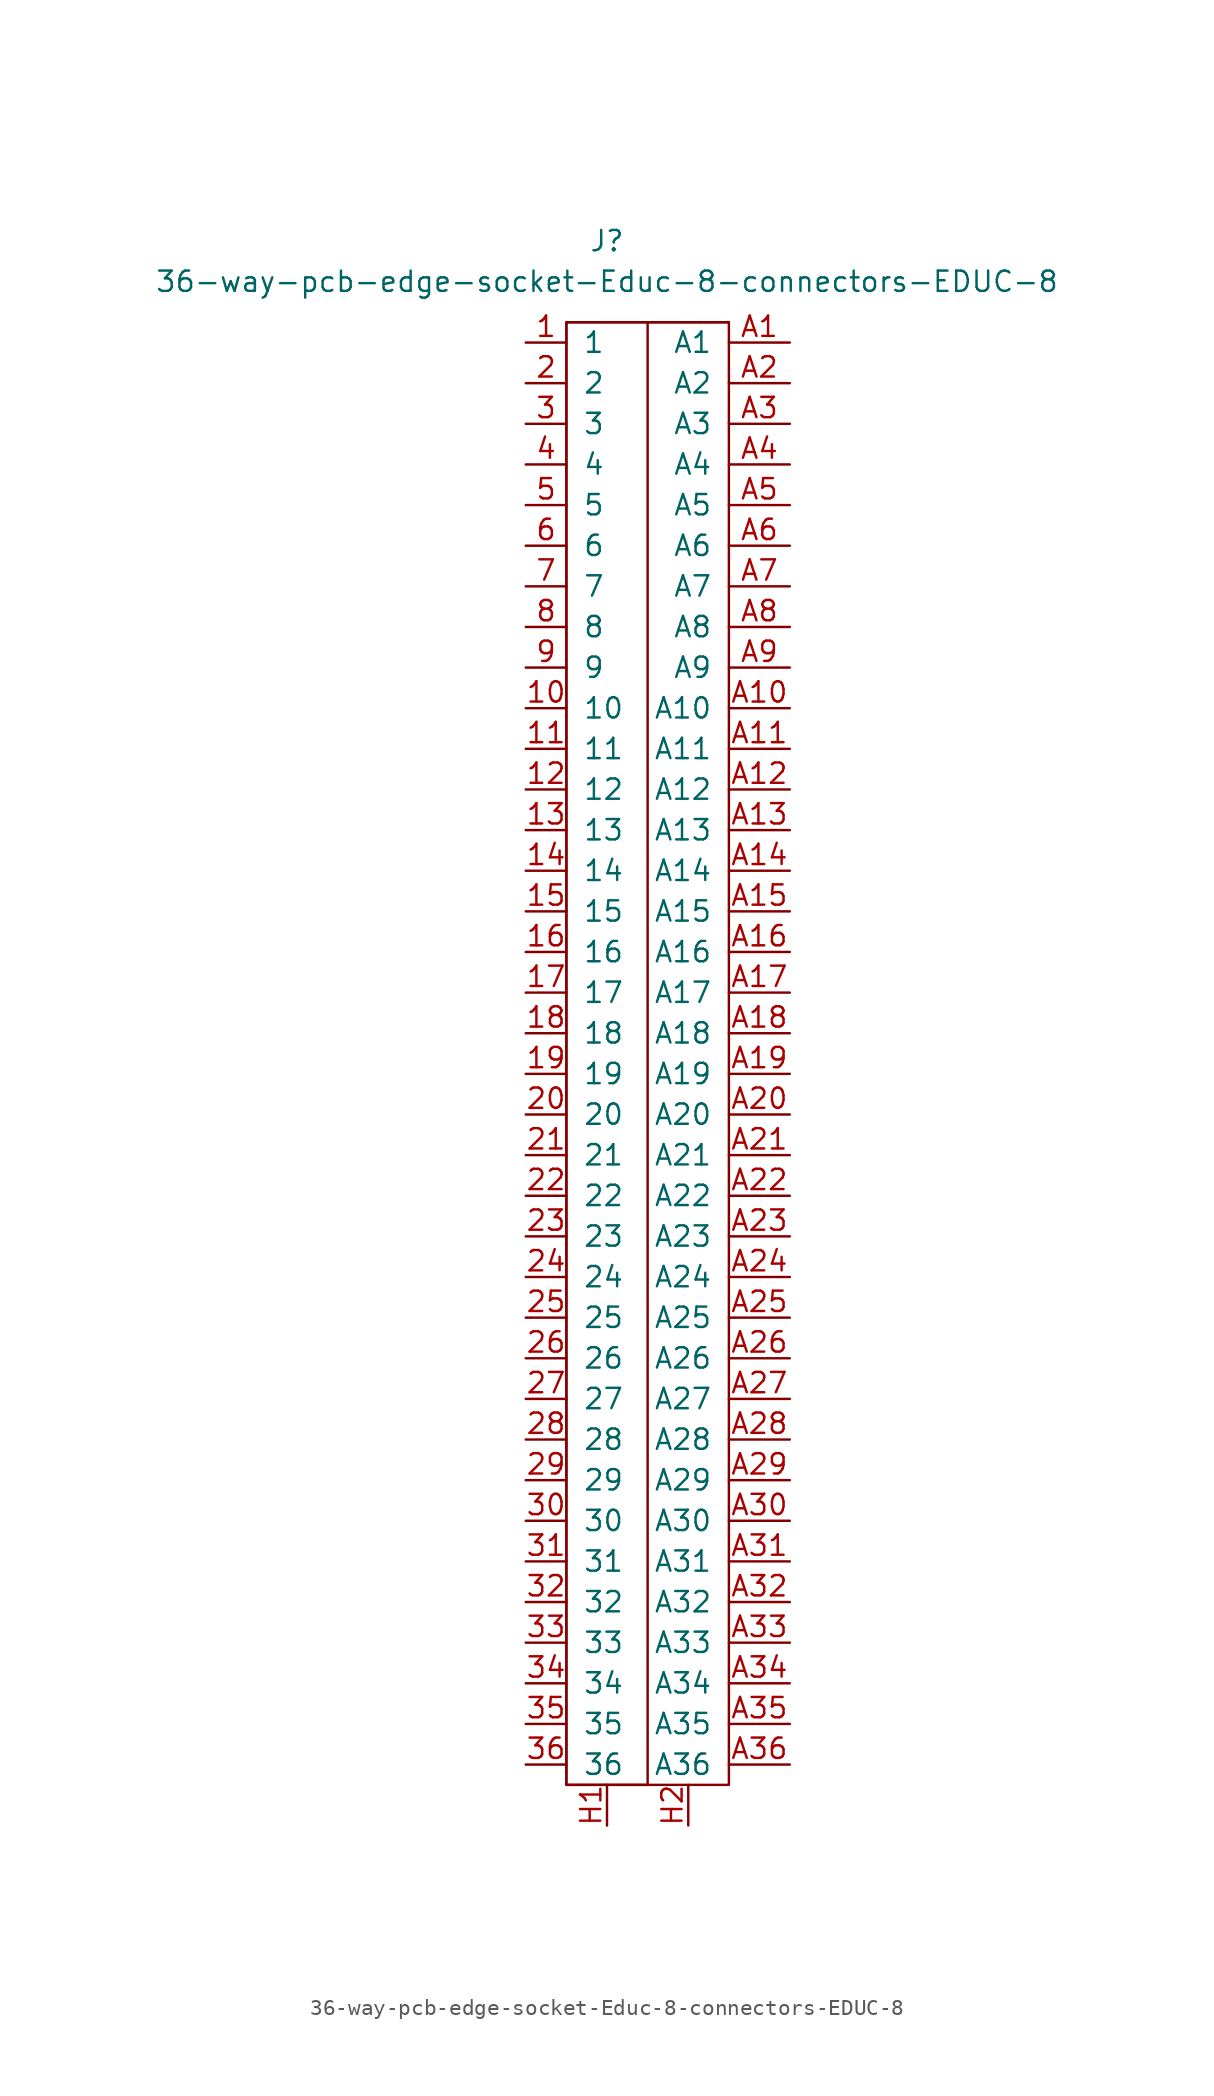
<source format=kicad_sym>
(kicad_symbol_lib
  (version 20211014)
  (generator kicad_symbol_editor)
  (symbol "36-way-pcb-edge-socket-Educ-8-connectors-EDUC-8"
    (pin_names
      (offset 1.016))
    (property "Reference" "J"
      (at 2.54 50.8 0)
      (effects (font (size 1.27 1.27))))
    (property "Value" "36-way-pcb-edge-socket-Educ-8-connectors-EDUC-8"
      (at 2.54 48.26 0)
      (effects (font (size 1.27 1.27))))
    (symbol "36-way-pcb-edge-socket-Educ-8-connectors-EDUC-8_0_1"
      (rectangle (start 0 45.72) (end 5.08 -45.72) (stroke (width 0) (type default) (color 0 0 0 0)) (fill (type none)))
      (rectangle (start 5.08 45.72) (end 10.16 45.72) (stroke (width 0) (type default) (color 0 0 0 0)) (fill (type none)))
      (rectangle (start 10.16 45.72) (end 0 -45.72) (stroke (width 0) (type default) (color 0 0 0 0)) (fill (type none))))
    (symbol "36-way-pcb-edge-socket-Educ-8-connectors-EDUC-8_1_1"
      (pin input line (at -2.54 44.45 0) (length 2.54) (name "1" (effects (font (size 1.27 1.27)))) (number "1" (effects (font (size 1.27 1.27)))))
      (pin input line (at -2.54 21.59 0) (length 2.54) (name "10" (effects (font (size 1.27 1.27)))) (number "10" (effects (font (size 1.27 1.27)))))
      (pin input line (at -2.54 19.05 0) (length 2.54) (name "11" (effects (font (size 1.27 1.27)))) (number "11" (effects (font (size 1.27 1.27)))))
      (pin input line (at -2.54 16.51 0) (length 2.54) (name "12" (effects (font (size 1.27 1.27)))) (number "12" (effects (font (size 1.27 1.27)))))
      (pin input line (at -2.54 13.97 0) (length 2.54) (name "13" (effects (font (size 1.27 1.27)))) (number "13" (effects (font (size 1.27 1.27)))))
      (pin input line (at -2.54 11.43 0) (length 2.54) (name "14" (effects (font (size 1.27 1.27)))) (number "14" (effects (font (size 1.27 1.27)))))
      (pin input line (at -2.54 8.89 0) (length 2.54) (name "15" (effects (font (size 1.27 1.27)))) (number "15" (effects (font (size 1.27 1.27)))))
      (pin input line (at -2.54 6.35 0) (length 2.54) (name "16" (effects (font (size 1.27 1.27)))) (number "16" (effects (font (size 1.27 1.27)))))
      (pin input line (at -2.54 3.81 0) (length 2.54) (name "17" (effects (font (size 1.27 1.27)))) (number "17" (effects (font (size 1.27 1.27)))))
      (pin input line (at -2.54 1.27 0) (length 2.54) (name "18" (effects (font (size 1.27 1.27)))) (number "18" (effects (font (size 1.27 1.27)))))
      (pin input line (at -2.54 -1.27 0) (length 2.54) (name "19" (effects (font (size 1.27 1.27)))) (number "19" (effects (font (size 1.27 1.27)))))
      (pin input line (at -2.54 41.91 0) (length 2.54) (name "2" (effects (font (size 1.27 1.27)))) (number "2" (effects (font (size 1.27 1.27)))))
      (pin input line (at -2.54 -3.81 0) (length 2.54) (name "20" (effects (font (size 1.27 1.27)))) (number "20" (effects (font (size 1.27 1.27)))))
      (pin input line (at -2.54 -6.35 0) (length 2.54) (name "21" (effects (font (size 1.27 1.27)))) (number "21" (effects (font (size 1.27 1.27)))))
      (pin input line (at -2.54 -8.89 0) (length 2.54) (name "22" (effects (font (size 1.27 1.27)))) (number "22" (effects (font (size 1.27 1.27)))))
      (pin input line (at -2.54 -11.43 0) (length 2.54) (name "23" (effects (font (size 1.27 1.27)))) (number "23" (effects (font (size 1.27 1.27)))))
      (pin input line (at -2.54 -13.97 0) (length 2.54) (name "24" (effects (font (size 1.27 1.27)))) (number "24" (effects (font (size 1.27 1.27)))))
      (pin input line (at -2.54 -16.51 0) (length 2.54) (name "25" (effects (font (size 1.27 1.27)))) (number "25" (effects (font (size 1.27 1.27)))))
      (pin input line (at -2.54 -19.05 0) (length 2.54) (name "26" (effects (font (size 1.27 1.27)))) (number "26" (effects (font (size 1.27 1.27)))))
      (pin input line (at -2.54 -21.59 0) (length 2.54) (name "27" (effects (font (size 1.27 1.27)))) (number "27" (effects (font (size 1.27 1.27)))))
      (pin input line (at -2.54 -24.13 0) (length 2.54) (name "28" (effects (font (size 1.27 1.27)))) (number "28" (effects (font (size 1.27 1.27)))))
      (pin input line (at -2.54 -26.67 0) (length 2.54) (name "29" (effects (font (size 1.27 1.27)))) (number "29" (effects (font (size 1.27 1.27)))))
      (pin input line (at -2.54 39.37 0) (length 2.54) (name "3" (effects (font (size 1.27 1.27)))) (number "3" (effects (font (size 1.27 1.27)))))
      (pin input line (at -2.54 -29.21 0) (length 2.54) (name "30" (effects (font (size 1.27 1.27)))) (number "30" (effects (font (size 1.27 1.27)))))
      (pin input line (at -2.54 -31.75 0) (length 2.54) (name "31" (effects (font (size 1.27 1.27)))) (number "31" (effects (font (size 1.27 1.27)))))
      (pin input line (at -2.54 -34.29 0) (length 2.54) (name "32" (effects (font (size 1.27 1.27)))) (number "32" (effects (font (size 1.27 1.27)))))
      (pin input line (at -2.54 -36.83 0) (length 2.54) (name "33" (effects (font (size 1.27 1.27)))) (number "33" (effects (font (size 1.27 1.27)))))
      (pin input line (at -2.54 -39.37 0) (length 2.54) (name "34" (effects (font (size 1.27 1.27)))) (number "34" (effects (font (size 1.27 1.27)))))
      (pin input line (at -2.54 -41.91 0) (length 2.54) (name "35" (effects (font (size 1.27 1.27)))) (number "35" (effects (font (size 1.27 1.27)))))
      (pin input line (at -2.54 -44.45 0) (length 2.54) (name "36" (effects (font (size 1.27 1.27)))) (number "36" (effects (font (size 1.27 1.27)))))
      (pin input line (at -2.54 36.83 0) (length 2.54) (name "4" (effects (font (size 1.27 1.27)))) (number "4" (effects (font (size 1.27 1.27)))))
      (pin input line (at -2.54 34.29 0) (length 2.54) (name "5" (effects (font (size 1.27 1.27)))) (number "5" (effects (font (size 1.27 1.27)))))
      (pin input line (at -2.54 31.75 0) (length 2.54) (name "6" (effects (font (size 1.27 1.27)))) (number "6" (effects (font (size 1.27 1.27)))))
      (pin input line (at -2.54 29.21 0) (length 2.54) (name "7" (effects (font (size 1.27 1.27)))) (number "7" (effects (font (size 1.27 1.27)))))
      (pin input line (at -2.54 26.67 0) (length 2.54) (name "8" (effects (font (size 1.27 1.27)))) (number "8" (effects (font (size 1.27 1.27)))))
      (pin input line (at -2.54 24.13 0) (length 2.54) (name "9" (effects (font (size 1.27 1.27)))) (number "9" (effects (font (size 1.27 1.27)))))
      (pin input line (at 13.97 44.45 180) (length 3.81) (name "A1" (effects (font (size 1.27 1.27)))) (number "A1" (effects (font (size 1.27 1.27)))))
      (pin input line (at 13.97 21.59 180) (length 3.81) (name "A10" (effects (font (size 1.27 1.27)))) (number "A10" (effects (font (size 1.27 1.27)))))
      (pin input line (at 13.97 19.05 180) (length 3.81) (name "A11" (effects (font (size 1.27 1.27)))) (number "A11" (effects (font (size 1.27 1.27)))))
      (pin input line (at 13.97 16.51 180) (length 3.81) (name "A12" (effects (font (size 1.27 1.27)))) (number "A12" (effects (font (size 1.27 1.27)))))
      (pin input line (at 13.97 13.97 180) (length 3.81) (name "A13" (effects (font (size 1.27 1.27)))) (number "A13" (effects (font (size 1.27 1.27)))))
      (pin input line (at 13.97 11.43 180) (length 3.81) (name "A14" (effects (font (size 1.27 1.27)))) (number "A14" (effects (font (size 1.27 1.27)))))
      (pin input line (at 13.97 8.89 180) (length 3.81) (name "A15" (effects (font (size 1.27 1.27)))) (number "A15" (effects (font (size 1.27 1.27)))))
      (pin input line (at 13.97 6.35 180) (length 3.81) (name "A16" (effects (font (size 1.27 1.27)))) (number "A16" (effects (font (size 1.27 1.27)))))
      (pin input line (at 13.97 3.81 180) (length 3.81) (name "A17" (effects (font (size 1.27 1.27)))) (number "A17" (effects (font (size 1.27 1.27)))))
      (pin input line (at 13.97 1.27 180) (length 3.81) (name "A18" (effects (font (size 1.27 1.27)))) (number "A18" (effects (font (size 1.27 1.27)))))
      (pin input line (at 13.97 -1.27 180) (length 3.81) (name "A19" (effects (font (size 1.27 1.27)))) (number "A19" (effects (font (size 1.27 1.27)))))
      (pin input line (at 13.97 41.91 180) (length 3.81) (name "A2" (effects (font (size 1.27 1.27)))) (number "A2" (effects (font (size 1.27 1.27)))))
      (pin input line (at 13.97 -3.81 180) (length 3.81) (name "A20" (effects (font (size 1.27 1.27)))) (number "A20" (effects (font (size 1.27 1.27)))))
      (pin input line (at 13.97 -6.35 180) (length 3.81) (name "A21" (effects (font (size 1.27 1.27)))) (number "A21" (effects (font (size 1.27 1.27)))))
      (pin input line (at 13.97 -8.89 180) (length 3.81) (name "A22" (effects (font (size 1.27 1.27)))) (number "A22" (effects (font (size 1.27 1.27)))))
      (pin input line (at 13.97 -11.43 180) (length 3.81) (name "A23" (effects (font (size 1.27 1.27)))) (number "A23" (effects (font (size 1.27 1.27)))))
      (pin input line (at 13.97 -13.97 180) (length 3.81) (name "A24" (effects (font (size 1.27 1.27)))) (number "A24" (effects (font (size 1.27 1.27)))))
      (pin input line (at 13.97 -16.51 180) (length 3.81) (name "A25" (effects (font (size 1.27 1.27)))) (number "A25" (effects (font (size 1.27 1.27)))))
      (pin input line (at 13.97 -19.05 180) (length 3.81) (name "A26" (effects (font (size 1.27 1.27)))) (number "A26" (effects (font (size 1.27 1.27)))))
      (pin input line (at 13.97 -21.59 180) (length 3.81) (name "A27" (effects (font (size 1.27 1.27)))) (number "A27" (effects (font (size 1.27 1.27)))))
      (pin input line (at 13.97 -24.13 180) (length 3.81) (name "A28" (effects (font (size 1.27 1.27)))) (number "A28" (effects (font (size 1.27 1.27)))))
      (pin input line (at 13.97 -26.67 180) (length 3.81) (name "A29" (effects (font (size 1.27 1.27)))) (number "A29" (effects (font (size 1.27 1.27)))))
      (pin input line (at 13.97 39.37 180) (length 3.81) (name "A3" (effects (font (size 1.27 1.27)))) (number "A3" (effects (font (size 1.27 1.27)))))
      (pin input line (at 13.97 -29.21 180) (length 3.81) (name "A30" (effects (font (size 1.27 1.27)))) (number "A30" (effects (font (size 1.27 1.27)))))
      (pin input line (at 13.97 -31.75 180) (length 3.81) (name "A31" (effects (font (size 1.27 1.27)))) (number "A31" (effects (font (size 1.27 1.27)))))
      (pin input line (at 13.97 -34.29 180) (length 3.81) (name "A32" (effects (font (size 1.27 1.27)))) (number "A32" (effects (font (size 1.27 1.27)))))
      (pin input line (at 13.97 -36.83 180) (length 3.81) (name "A33" (effects (font (size 1.27 1.27)))) (number "A33" (effects (font (size 1.27 1.27)))))
      (pin input line (at 13.97 -39.37 180) (length 3.81) (name "A34" (effects (font (size 1.27 1.27)))) (number "A34" (effects (font (size 1.27 1.27)))))
      (pin input line (at 13.97 -41.91 180) (length 3.81) (name "A35" (effects (font (size 1.27 1.27)))) (number "A35" (effects (font (size 1.27 1.27)))))
      (pin input line (at 13.97 -44.45 180) (length 3.81) (name "A36" (effects (font (size 1.27 1.27)))) (number "A36" (effects (font (size 1.27 1.27)))))
      (pin input line (at 13.97 36.83 180) (length 3.81) (name "A4" (effects (font (size 1.27 1.27)))) (number "A4" (effects (font (size 1.27 1.27)))))
      (pin input line (at 13.97 34.29 180) (length 3.81) (name "A5" (effects (font (size 1.27 1.27)))) (number "A5" (effects (font (size 1.27 1.27)))))
      (pin input line (at 13.97 31.75 180) (length 3.81) (name "A6" (effects (font (size 1.27 1.27)))) (number "A6" (effects (font (size 1.27 1.27)))))
      (pin input line (at 13.97 29.21 180) (length 3.81) (name "A7" (effects (font (size 1.27 1.27)))) (number "A7" (effects (font (size 1.27 1.27)))))
      (pin input line (at 13.97 26.67 180) (length 3.81) (name "A8" (effects (font (size 1.27 1.27)))) (number "A8" (effects (font (size 1.27 1.27)))))
      (pin input line (at 13.97 24.13 180) (length 3.81) (name "A9" (effects (font (size 1.27 1.27)))) (number "A9" (effects (font (size 1.27 1.27)))))
      (pin passive line (at 2.54 -48.26 90) (length 2.54) (name "~" (effects (font (size 1.27 1.27)))) (number "H1" (effects (font (size 1.27 1.27)))))
      (pin passive line (at 7.62 -48.26 90) (length 2.54) (name "~" (effects (font (size 1.27 1.27)))) (number "H2" (effects (font (size 1.27 1.27))))))))
</source>
